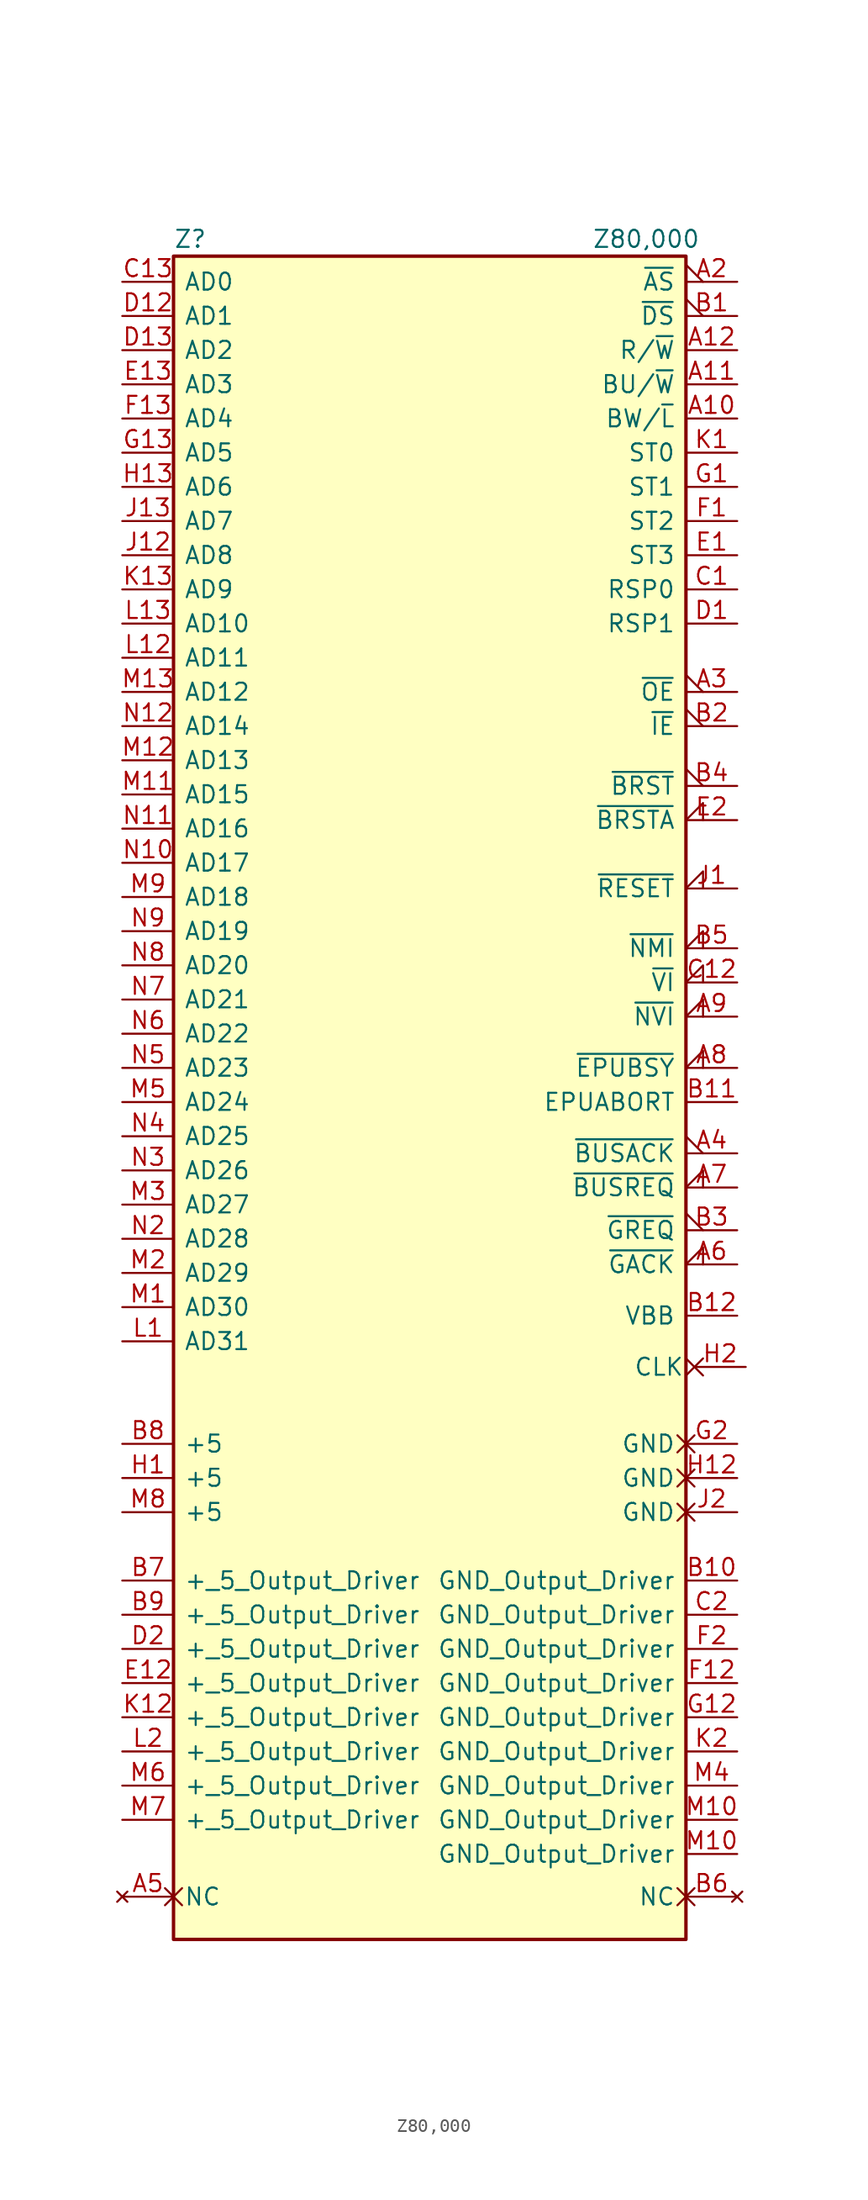
<source format=kicad_sym>
(kicad_symbol_lib
  (version 20211014)
  (generator kicad_symbol_editor)
  (symbol "Z80,000"
    (pin_names
      (offset 0.762))
    (property "Reference" "Z"
      (at -19.05 81.915 0)
      (effects (font (size 1.27 1.27)) (justify left)))
    (property "Value" "Z80,000"
      (at 12.065 81.915 0)
      (effects (font (size 1.27 1.27)) (justify left)))
    (symbol "Z80,000_1_1"
      (rectangle (start -19.05 -44.45) (end 19.05 80.645) (stroke (width 0.254) (type solid)) (fill (type background)))
      (pin output line (at 22.86 68.58 180) (length 3.81) (name "BW/~{L}" (effects (font (size 1.27 1.27)))) (number "A10" (effects (font (size 1.27 1.27)))))
      (pin output line (at 22.86 71.12 180) (length 3.81) (name "BU/~{W}" (effects (font (size 1.27 1.27)))) (number "A11" (effects (font (size 1.27 1.27)))))
      (pin output line (at 22.86 73.66 180) (length 3.81) (name "R/~{W}" (effects (font (size 1.27 1.27)))) (number "A12" (effects (font (size 1.27 1.27)))))
      (pin output output_low (at 22.86 78.74 180) (length 3.81) (name "~{AS}" (effects (font (size 1.27 1.27)))) (number "A2" (effects (font (size 1.27 1.27)))))
      (pin output output_low (at 22.86 48.26 180) (length 3.81) (name "~{OE}" (effects (font (size 1.27 1.27)))) (number "A3" (effects (font (size 1.27 1.27)))))
      (pin output output_low (at 22.86 13.97 180) (length 3.81) (name "~{BUSACK}" (effects (font (size 1.27 1.27)))) (number "A4" (effects (font (size 1.27 1.27)))))
      (pin no_connect non_logic (at -22.86 -41.275 0) (length 3.81) (name "NC" (effects (font (size 1.27 1.27)))) (number "A5" (effects (font (size 1.27 1.27)))))
      (pin input input_low (at 22.86 5.715 180) (length 3.81) (name "~{GACK}" (effects (font (size 1.27 1.27)))) (number "A6" (effects (font (size 1.27 1.27)))))
      (pin input input_low (at 22.86 11.43 180) (length 3.81) (name "~{BUSREQ}" (effects (font (size 1.27 1.27)))) (number "A7" (effects (font (size 1.27 1.27)))))
      (pin input input_low (at 22.86 20.32 180) (length 3.81) (name "~{EPUBSY}" (effects (font (size 1.27 1.27)))) (number "A8" (effects (font (size 1.27 1.27)))))
      (pin input input_low (at 22.86 24.13 180) (length 3.81) (name "~{NVI}" (effects (font (size 1.27 1.27)))) (number "A9" (effects (font (size 1.27 1.27)))))
      (pin output output_low (at 22.86 76.2 180) (length 3.81) (name "~{DS}" (effects (font (size 1.27 1.27)))) (number "B1" (effects (font (size 1.27 1.27)))))
      (pin power_out line (at 22.86 -17.78 180) (length 3.81) (name "GND_Output_Driver" (effects (font (size 1.27 1.27)))) (number "B10" (effects (font (size 1.27 1.27)))))
      (pin input line (at 22.86 17.78 180) (length 3.81) (name "EPUABORT" (effects (font (size 1.27 1.27)))) (number "B11" (effects (font (size 1.27 1.27)))))
      (pin input line (at 22.86 1.905 180) (length 3.81) (name "VBB" (effects (font (size 1.27 1.27)))) (number "B12" (effects (font (size 1.27 1.27)))))
      (pin output output_low (at 22.86 45.72 180) (length 3.81) (name "~{IE}" (effects (font (size 1.27 1.27)))) (number "B2" (effects (font (size 1.27 1.27)))))
      (pin output output_low (at 22.86 8.255 180) (length 3.81) (name "~{GREQ}" (effects (font (size 1.27 1.27)))) (number "B3" (effects (font (size 1.27 1.27)))))
      (pin output output_low (at 22.86 41.275 180) (length 3.81) (name "~{BRST}" (effects (font (size 1.27 1.27)))) (number "B4" (effects (font (size 1.27 1.27)))))
      (pin input input_low (at 22.86 29.21 180) (length 3.81) (name "~{NMI}" (effects (font (size 1.27 1.27)))) (number "B5" (effects (font (size 1.27 1.27)))))
      (pin no_connect non_logic (at 22.86 -41.275 180) (length 3.81) (name "NC" (effects (font (size 1.27 1.27)))) (number "B6" (effects (font (size 1.27 1.27)))))
      (pin power_out line (at -22.86 -17.78 0) (length 3.81) (name "+_5_Output_Driver" (effects (font (size 1.27 1.27)))) (number "B7" (effects (font (size 1.27 1.27)))))
      (pin power_in line (at -22.86 -7.62 0) (length 3.81) (name "+5" (effects (font (size 1.27 1.27)))) (number "B8" (effects (font (size 1.27 1.27)))))
      (pin power_out line (at -22.86 -20.32 0) (length 3.81) (name "+_5_Output_Driver" (effects (font (size 1.27 1.27)))) (number "B9" (effects (font (size 1.27 1.27)))))
      (pin input line (at 22.86 55.88 180) (length 3.81) (name "RSP0" (effects (font (size 1.27 1.27)))) (number "C1" (effects (font (size 1.27 1.27)))))
      (pin input input_low (at 22.86 26.67 180) (length 3.81) (name "~{VI}" (effects (font (size 1.27 1.27)))) (number "C12" (effects (font (size 1.27 1.27)))))
      (pin bidirectional line (at -22.86 78.74 0) (length 3.81) (name "AD0" (effects (font (size 1.27 1.27)))) (number "C13" (effects (font (size 1.27 1.27)))))
      (pin power_out line (at 22.86 -20.32 180) (length 3.81) (name "GND_Output_Driver" (effects (font (size 1.27 1.27)))) (number "C2" (effects (font (size 1.27 1.27)))))
      (pin input line (at 22.86 53.34 180) (length 3.81) (name "RSP1" (effects (font (size 1.27 1.27)))) (number "D1" (effects (font (size 1.27 1.27)))))
      (pin bidirectional line (at -22.86 76.2 0) (length 3.81) (name "AD1" (effects (font (size 1.27 1.27)))) (number "D12" (effects (font (size 1.27 1.27)))))
      (pin bidirectional line (at -22.86 73.66 0) (length 3.81) (name "AD2" (effects (font (size 1.27 1.27)))) (number "D13" (effects (font (size 1.27 1.27)))))
      (pin power_out line (at -22.86 -22.86 0) (length 3.81) (name "+_5_Output_Driver" (effects (font (size 1.27 1.27)))) (number "D2" (effects (font (size 1.27 1.27)))))
      (pin output line (at 22.86 58.42 180) (length 3.81) (name "ST3" (effects (font (size 1.27 1.27)))) (number "E1" (effects (font (size 1.27 1.27)))))
      (pin power_out line (at -22.86 -25.4 0) (length 3.81) (name "+_5_Output_Driver" (effects (font (size 1.27 1.27)))) (number "E12" (effects (font (size 1.27 1.27)))))
      (pin bidirectional line (at -22.86 71.12 0) (length 3.81) (name "AD3" (effects (font (size 1.27 1.27)))) (number "E13" (effects (font (size 1.27 1.27)))))
      (pin input input_low (at 22.86 38.735 180) (length 3.81) (name "~{BRSTA}" (effects (font (size 1.27 1.27)))) (number "E2" (effects (font (size 1.27 1.27)))))
      (pin output line (at 22.86 60.96 180) (length 3.81) (name "ST2" (effects (font (size 1.27 1.27)))) (number "F1" (effects (font (size 1.27 1.27)))))
      (pin power_out line (at 22.86 -25.4 180) (length 3.81) (name "GND_Output_Driver" (effects (font (size 1.27 1.27)))) (number "F12" (effects (font (size 1.27 1.27)))))
      (pin bidirectional line (at -22.86 68.58 0) (length 3.81) (name "AD4" (effects (font (size 1.27 1.27)))) (number "F13" (effects (font (size 1.27 1.27)))))
      (pin power_out line (at 22.86 -22.86 180) (length 3.81) (name "GND_Output_Driver" (effects (font (size 1.27 1.27)))) (number "F2" (effects (font (size 1.27 1.27)))))
      (pin output line (at 22.86 63.5 180) (length 3.81) (name "ST1" (effects (font (size 1.27 1.27)))) (number "G1" (effects (font (size 1.27 1.27)))))
      (pin power_out line (at 22.86 -27.94 180) (length 3.81) (name "GND_Output_Driver" (effects (font (size 1.27 1.27)))) (number "G12" (effects (font (size 1.27 1.27)))))
      (pin bidirectional line (at -22.86 66.04 0) (length 3.81) (name "AD5" (effects (font (size 1.27 1.27)))) (number "G13" (effects (font (size 1.27 1.27)))))
      (pin power_in non_logic (at 22.86 -7.62 180) (length 3.81) (name "GND" (effects (font (size 1.27 1.27)))) (number "G2" (effects (font (size 1.27 1.27)))))
      (pin power_in line (at -22.86 -10.16 0) (length 3.81) (name "+5" (effects (font (size 1.27 1.27)))) (number "H1" (effects (font (size 1.27 1.27)))))
      (pin power_in non_logic (at 22.86 -10.16 180) (length 3.81) (name "GND" (effects (font (size 1.27 1.27)))) (number "H12" (effects (font (size 1.27 1.27)))))
      (pin bidirectional line (at -22.86 63.5 0) (length 3.81) (name "AD6" (effects (font (size 1.27 1.27)))) (number "H13" (effects (font (size 1.27 1.27)))))
      (pin input non_logic (at 23.495 -1.905 180) (length 3.81) (name "CLK" (effects (font (size 1.27 1.27)))) (number "H2" (effects (font (size 1.27 1.27)))))
      (pin input input_low (at 22.86 33.655 180) (length 3.81) (name "~{RESET}" (effects (font (size 1.27 1.27)))) (number "J1" (effects (font (size 1.27 1.27)))))
      (pin bidirectional line (at -22.86 58.42 0) (length 3.81) (name "AD8" (effects (font (size 1.27 1.27)))) (number "J12" (effects (font (size 1.27 1.27)))))
      (pin bidirectional line (at -22.86 60.96 0) (length 3.81) (name "AD7" (effects (font (size 1.27 1.27)))) (number "J13" (effects (font (size 1.27 1.27)))))
      (pin power_in non_logic (at 22.86 -12.7 180) (length 3.81) (name "GND" (effects (font (size 1.27 1.27)))) (number "J2" (effects (font (size 1.27 1.27)))))
      (pin output line (at 22.86 66.04 180) (length 3.81) (name "ST0" (effects (font (size 1.27 1.27)))) (number "K1" (effects (font (size 1.27 1.27)))))
      (pin power_out line (at -22.86 -27.94 0) (length 3.81) (name "+_5_Output_Driver" (effects (font (size 1.27 1.27)))) (number "K12" (effects (font (size 1.27 1.27)))))
      (pin bidirectional line (at -22.86 55.88 0) (length 3.81) (name "AD9" (effects (font (size 1.27 1.27)))) (number "K13" (effects (font (size 1.27 1.27)))))
      (pin power_out line (at 22.86 -30.48 180) (length 3.81) (name "GND_Output_Driver" (effects (font (size 1.27 1.27)))) (number "K2" (effects (font (size 1.27 1.27)))))
      (pin bidirectional line (at -22.86 0 0) (length 3.81) (name "AD31" (effects (font (size 1.27 1.27)))) (number "L1" (effects (font (size 1.27 1.27)))))
      (pin bidirectional line (at -22.86 50.8 0) (length 3.81) (name "AD11" (effects (font (size 1.27 1.27)))) (number "L12" (effects (font (size 1.27 1.27)))))
      (pin bidirectional line (at -22.86 53.34 0) (length 3.81) (name "AD10" (effects (font (size 1.27 1.27)))) (number "L13" (effects (font (size 1.27 1.27)))))
      (pin power_out line (at -22.86 -30.48 0) (length 3.81) (name "+_5_Output_Driver" (effects (font (size 1.27 1.27)))) (number "L2" (effects (font (size 1.27 1.27)))))
      (pin bidirectional line (at -22.86 2.54 0) (length 3.81) (name "AD30" (effects (font (size 1.27 1.27)))) (number "M1" (effects (font (size 1.27 1.27)))))
      (pin power_out line (at 22.86 -38.1 180) (length 3.81) (name "GND_Output_Driver" (effects (font (size 1.27 1.27)))) (number "M10" (effects (font (size 1.27 1.27)))))
      (pin power_out line (at 22.86 -35.56 180) (length 3.81) (name "GND_Output_Driver" (effects (font (size 1.27 1.27)))) (number "M10" (effects (font (size 1.27 1.27)))))
      (pin bidirectional line (at -22.86 40.64 0) (length 3.81) (name "AD15" (effects (font (size 1.27 1.27)))) (number "M11" (effects (font (size 1.27 1.27)))))
      (pin bidirectional line (at -22.86 43.18 0) (length 3.81) (name "AD13" (effects (font (size 1.27 1.27)))) (number "M12" (effects (font (size 1.27 1.27)))))
      (pin bidirectional line (at -22.86 48.26 0) (length 3.81) (name "AD12" (effects (font (size 1.27 1.27)))) (number "M13" (effects (font (size 1.27 1.27)))))
      (pin bidirectional line (at -22.86 5.08 0) (length 3.81) (name "AD29" (effects (font (size 1.27 1.27)))) (number "M2" (effects (font (size 1.27 1.27)))))
      (pin bidirectional line (at -22.86 10.16 0) (length 3.81) (name "AD27" (effects (font (size 1.27 1.27)))) (number "M3" (effects (font (size 1.27 1.27)))))
      (pin power_out line (at 22.86 -33.02 180) (length 3.81) (name "GND_Output_Driver" (effects (font (size 1.27 1.27)))) (number "M4" (effects (font (size 1.27 1.27)))))
      (pin bidirectional line (at -22.86 17.78 0) (length 3.81) (name "AD24" (effects (font (size 1.27 1.27)))) (number "M5" (effects (font (size 1.27 1.27)))))
      (pin power_out line (at -22.86 -33.02 0) (length 3.81) (name "+_5_Output_Driver" (effects (font (size 1.27 1.27)))) (number "M6" (effects (font (size 1.27 1.27)))))
      (pin power_out line (at -22.86 -35.56 0) (length 3.81) (name "+_5_Output_Driver" (effects (font (size 1.27 1.27)))) (number "M7" (effects (font (size 1.27 1.27)))))
      (pin power_in line (at -22.86 -12.7 0) (length 3.81) (name "+5" (effects (font (size 1.27 1.27)))) (number "M8" (effects (font (size 1.27 1.27)))))
      (pin bidirectional line (at -22.86 33.02 0) (length 3.81) (name "AD18" (effects (font (size 1.27 1.27)))) (number "M9" (effects (font (size 1.27 1.27)))))
      (pin bidirectional line (at -22.86 35.56 0) (length 3.81) (name "AD17" (effects (font (size 1.27 1.27)))) (number "N10" (effects (font (size 1.27 1.27)))))
      (pin bidirectional line (at -22.86 38.1 0) (length 3.81) (name "AD16" (effects (font (size 1.27 1.27)))) (number "N11" (effects (font (size 1.27 1.27)))))
      (pin bidirectional line (at -22.86 45.72 0) (length 3.81) (name "AD14" (effects (font (size 1.27 1.27)))) (number "N12" (effects (font (size 1.27 1.27)))))
      (pin bidirectional line (at -22.86 7.62 0) (length 3.81) (name "AD28" (effects (font (size 1.27 1.27)))) (number "N2" (effects (font (size 1.27 1.27)))))
      (pin bidirectional line (at -22.86 12.7 0) (length 3.81) (name "AD26" (effects (font (size 1.27 1.27)))) (number "N3" (effects (font (size 1.27 1.27)))))
      (pin bidirectional line (at -22.86 15.24 0) (length 3.81) (name "AD25" (effects (font (size 1.27 1.27)))) (number "N4" (effects (font (size 1.27 1.27)))))
      (pin bidirectional line (at -22.86 20.32 0) (length 3.81) (name "AD23" (effects (font (size 1.27 1.27)))) (number "N5" (effects (font (size 1.27 1.27)))))
      (pin bidirectional line (at -22.86 22.86 0) (length 3.81) (name "AD22" (effects (font (size 1.27 1.27)))) (number "N6" (effects (font (size 1.27 1.27)))))
      (pin bidirectional line (at -22.86 25.4 0) (length 3.81) (name "AD21" (effects (font (size 1.27 1.27)))) (number "N7" (effects (font (size 1.27 1.27)))))
      (pin bidirectional line (at -22.86 27.94 0) (length 3.81) (name "AD20" (effects (font (size 1.27 1.27)))) (number "N8" (effects (font (size 1.27 1.27)))))
      (pin bidirectional line (at -22.86 30.48 0) (length 3.81) (name "AD19" (effects (font (size 1.27 1.27)))) (number "N9" (effects (font (size 1.27 1.27))))))))
</source>
